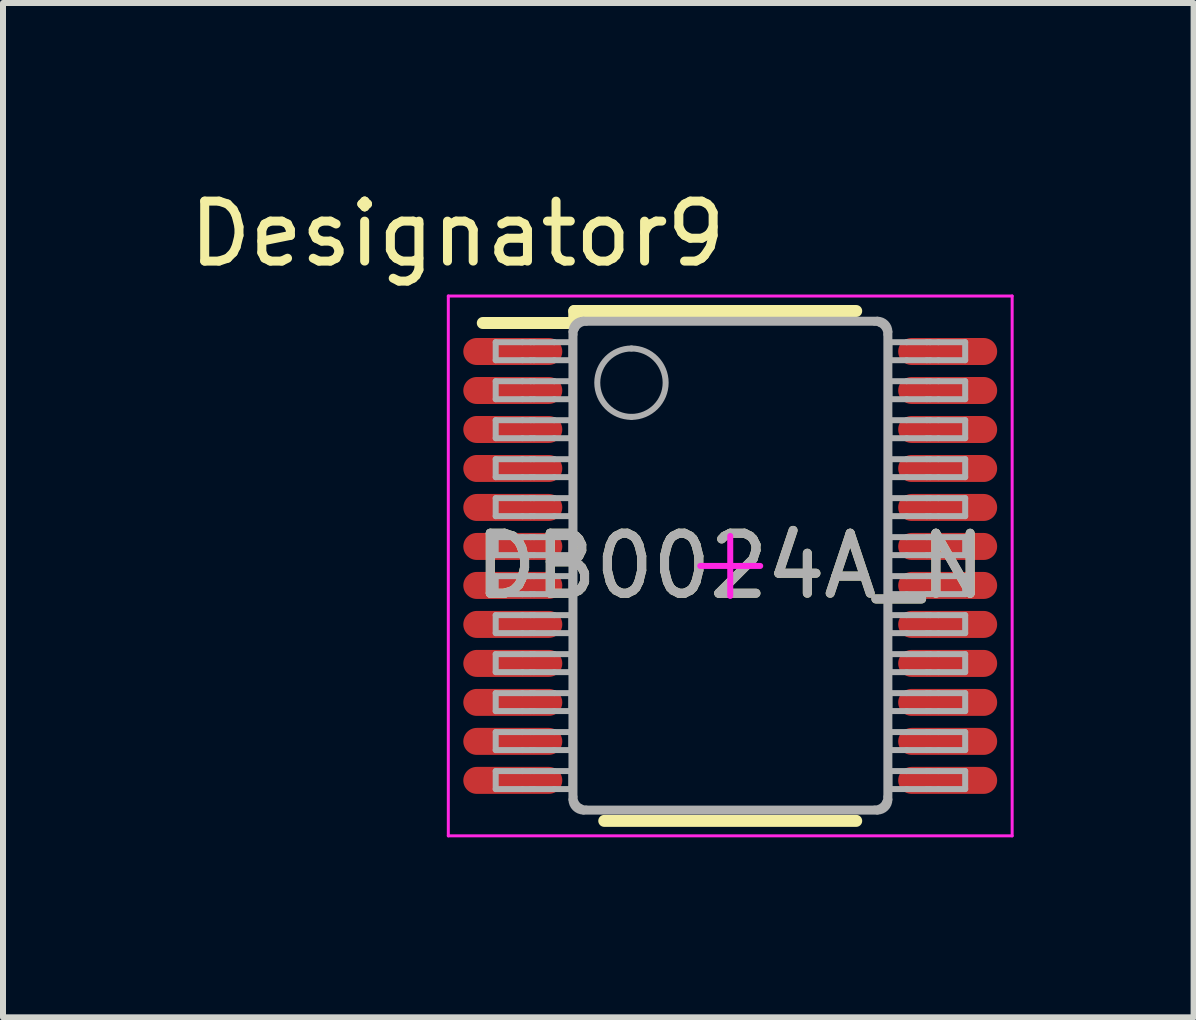
<source format=kicad_pcb>
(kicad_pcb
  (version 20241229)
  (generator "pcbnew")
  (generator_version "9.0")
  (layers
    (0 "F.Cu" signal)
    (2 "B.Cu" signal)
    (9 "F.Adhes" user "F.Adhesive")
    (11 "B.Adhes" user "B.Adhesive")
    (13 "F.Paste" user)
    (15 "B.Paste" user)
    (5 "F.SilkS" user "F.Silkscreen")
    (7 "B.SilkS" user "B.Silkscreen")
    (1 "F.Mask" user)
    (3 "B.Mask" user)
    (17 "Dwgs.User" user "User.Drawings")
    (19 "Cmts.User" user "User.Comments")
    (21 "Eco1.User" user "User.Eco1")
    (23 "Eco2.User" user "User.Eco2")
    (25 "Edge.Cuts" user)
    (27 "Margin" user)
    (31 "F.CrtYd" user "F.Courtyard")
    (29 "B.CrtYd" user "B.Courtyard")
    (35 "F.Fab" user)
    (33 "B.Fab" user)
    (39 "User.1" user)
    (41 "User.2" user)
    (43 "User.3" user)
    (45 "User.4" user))
  (footprint "DB0024A_N"
    (layer "F.Cu")
    (at 9.124 6.385)
    (property "Reference" "DB0024A_N" (at 0 0 0) (unlocked yes) (layer "F.SilkS") (effects (font (size 1 1) (thickness 0.15))))
    (attr smd)
    (fp_line (start -4.125 -4.05) (end -2.6 -4.05) (stroke (width 0.2) (type solid)) (layer "F.SilkS"))
    (fp_line (start -2.6 -4.25) (end -2.1 -4.25) (stroke (width 0.2) (type solid)) (layer "F.SilkS"))
    (fp_line (start -2.6 -4.05) (end -2.6 -4.25) (stroke (width 0.2) (type solid)) (layer "F.SilkS"))
    (fp_line (start -2.1 -4.25) (end 2.1 -4.25) (stroke (width 0.2) (type solid)) (layer "F.SilkS"))
    (fp_line (start -2.1 4.25) (end 2.1 4.25) (stroke (width 0.2) (type solid)) (layer "F.SilkS"))
    (fp_line (start -4.7 -4.5) (end 4.7 -4.5) (stroke (width 0.05) (type solid)) (layer "F.CrtYd"))
    (fp_line (start -4.7 4.5) (end -4.7 -4.5) (stroke (width 0.05) (type solid)) (layer "F.CrtYd"))
    (fp_line (start -4.7 4.5) (end 4.7 4.5) (stroke (width 0.05) (type solid)) (layer "F.CrtYd"))
    (fp_line (start -0.5 0) (end 0.5 0) (stroke (width 0.1) (type solid)) (layer "F.CrtYd"))
    (fp_line (start -0.000003 0.5) (end -0.000003 -0.5) (stroke (width 0.1) (type solid)) (layer "F.CrtYd"))
    (fp_line (start 4.7 4.5) (end 4.7 -4.5) (stroke (width 0.05) (type solid)) (layer "F.CrtYd"))
    (fp_line (start -3.91 -3.73) (end -3.464 -3.73) (stroke (width 0.1) (type solid)) (layer "F.Fab"))
    (fp_line (start -3.91 -3.43) (end -3.91 -3.73) (stroke (width 0.1) (type solid)) (layer "F.Fab"))
    (fp_line (start -3.91 -3.43) (end -3.464 -3.43) (stroke (width 0.1) (type solid)) (layer "F.Fab"))
    (fp_line (start -3.91 -3.08) (end -3.464 -3.08) (stroke (width 0.1) (type solid)) (layer "F.Fab"))
    (fp_line (start -3.91 -2.78) (end -3.91 -3.08) (stroke (width 0.1) (type solid)) (layer "F.Fab"))
    (fp_line (start -3.91 -2.78) (end -3.464 -2.78) (stroke (width 0.1) (type solid)) (layer "F.Fab"))
    (fp_line (start -3.91 -2.43) (end -3.464 -2.43) (stroke (width 0.1) (type solid)) (layer "F.Fab"))
    (fp_line (start -3.91 -2.13) (end -3.91 -2.43) (stroke (width 0.1) (type solid)) (layer "F.Fab"))
    (fp_line (start -3.91 -2.13) (end -3.464 -2.13) (stroke (width 0.1) (type solid)) (layer "F.Fab"))
    (fp_line (start -3.91 -1.78) (end -3.464 -1.78) (stroke (width 0.1) (type solid)) (layer "F.Fab"))
    (fp_line (start -3.91 -1.48) (end -3.91 -1.78) (stroke (width 0.1) (type solid)) (layer "F.Fab"))
    (fp_line (start -3.91 -1.48) (end -3.464 -1.48) (stroke (width 0.1) (type solid)) (layer "F.Fab"))
    (fp_line (start -3.91 -1.13) (end -3.464 -1.13) (stroke (width 0.1) (type solid)) (layer "F.Fab"))
    (fp_line (start -3.91 -0.83) (end -3.91 -1.13) (stroke (width 0.1) (type solid)) (layer "F.Fab"))
    (fp_line (start -3.91 -0.83) (end -3.464 -0.83) (stroke (width 0.1) (type solid)) (layer "F.Fab"))
    (fp_line (start -3.91 -0.48) (end -3.464 -0.48) (stroke (width 0.1) (type solid)) (layer "F.Fab"))
    (fp_line (start -3.91 -0.18) (end -3.91 -0.48) (stroke (width 0.1) (type solid)) (layer "F.Fab"))
    (fp_line (start -3.91 -0.18) (end -3.464 -0.18) (stroke (width 0.1) (type solid)) (layer "F.Fab"))
    (fp_line (start -3.91 0.17) (end -3.464 0.17) (stroke (width 0.1) (type solid)) (layer "F.Fab"))
    (fp_line (start -3.91 0.47) (end -3.91 0.17) (stroke (width 0.1) (type solid)) (layer "F.Fab"))
    (fp_line (start -3.91 0.47) (end -3.464 0.47) (stroke (width 0.1) (type solid)) (layer "F.Fab"))
    (fp_line (start -3.91 0.82) (end -3.464 0.82) (stroke (width 0.1) (type solid)) (layer "F.Fab"))
    (fp_line (start -3.91 1.12) (end -3.91 0.82) (stroke (width 0.1) (type solid)) (layer "F.Fab"))
    (fp_line (start -3.91 1.12) (end -3.464 1.12) (stroke (width 0.1) (type solid)) (layer "F.Fab"))
    (fp_line (start -3.91 1.47) (end -3.464 1.47) (stroke (width 0.1) (type solid)) (layer "F.Fab"))
    (fp_line (start -3.91 1.77) (end -3.91 1.47) (stroke (width 0.1) (type solid)) (layer "F.Fab"))
    (fp_line (start -3.91 1.77) (end -3.464 1.77) (stroke (width 0.1) (type solid)) (layer "F.Fab"))
    (fp_line (start -3.91 2.12) (end -3.464 2.12) (stroke (width 0.1) (type solid)) (layer "F.Fab"))
    (fp_line (start -3.91 2.42) (end -3.91 2.12) (stroke (width 0.1) (type solid)) (layer "F.Fab"))
    (fp_line (start -3.91 2.42) (end -3.464 2.42) (stroke (width 0.1) (type solid)) (layer "F.Fab"))
    (fp_line (start -3.91 2.77) (end -3.464 2.77) (stroke (width 0.1) (type solid)) (layer "F.Fab"))
    (fp_line (start -3.91 3.07) (end -3.91 2.77) (stroke (width 0.1) (type solid)) (layer "F.Fab"))
    (fp_line (start -3.91 3.07) (end -3.464 3.07) (stroke (width 0.1) (type solid)) (layer "F.Fab"))
    (fp_line (start -3.91 3.42) (end -3.464 3.42) (stroke (width 0.1) (type solid)) (layer "F.Fab"))
    (fp_line (start -3.91 3.72) (end -3.91 3.42) (stroke (width 0.1) (type solid)) (layer "F.Fab"))
    (fp_line (start -3.91 3.72) (end -3.464 3.72) (stroke (width 0.1) (type solid)) (layer "F.Fab"))
    (fp_line (start -3.464 -3.73) (end -3.326 -3.73) (stroke (width 0.1) (type solid)) (layer "F.Fab"))
    (fp_line (start -3.464 -3.43) (end -3.326 -3.43) (stroke (width 0.1) (type solid)) (layer "F.Fab"))
    (fp_line (start -3.464 -3.08) (end -3.326 -3.08) (stroke (width 0.1) (type solid)) (layer "F.Fab"))
    (fp_line (start -3.464 -2.78) (end -3.326 -2.78) (stroke (width 0.1) (type solid)) (layer "F.Fab"))
    (fp_line (start -3.464 -2.43) (end -3.326 -2.43) (stroke (width 0.1) (type solid)) (layer "F.Fab"))
    (fp_line (start -3.464 -2.13) (end -3.326 -2.13) (stroke (width 0.1) (type solid)) (layer "F.Fab"))
    (fp_line (start -3.464 -1.78) (end -3.326 -1.78) (stroke (width 0.1) (type solid)) (layer "F.Fab"))
    (fp_line (start -3.464 -1.48) (end -3.326 -1.48) (stroke (width 0.1) (type solid)) (layer "F.Fab"))
    (fp_line (start -3.464 -1.13) (end -3.326 -1.13) (stroke (width 0.1) (type solid)) (layer "F.Fab"))
    (fp_line (start -3.464 -0.83) (end -3.326 -0.83) (stroke (width 0.1) (type solid)) (layer "F.Fab"))
    (fp_line (start -3.464 -0.48) (end -3.326 -0.48) (stroke (width 0.1) (type solid)) (layer "F.Fab"))
    (fp_line (start -3.464 -0.18) (end -3.326 -0.18) (stroke (width 0.1) (type solid)) (layer "F.Fab"))
    (fp_line (start -3.464 0.17) (end -3.326 0.17) (stroke (width 0.1) (type solid)) (layer "F.Fab"))
    (fp_line (start -3.464 0.47) (end -3.326 0.47) (stroke (width 0.1) (type solid)) (layer "F.Fab"))
    (fp_line (start -3.464 0.82) (end -3.326 0.82) (stroke (width 0.1) (type solid)) (layer "F.Fab"))
    (fp_line (start -3.464 1.12) (end -3.326 1.12) (stroke (width 0.1) (type solid)) (layer "F.Fab"))
    (fp_line (start -3.464 1.47) (end -3.326 1.47) (stroke (width 0.1) (type solid)) (layer "F.Fab"))
    (fp_line (start -3.464 1.77) (end -3.326 1.77) (stroke (width 0.1) (type solid)) (layer "F.Fab"))
    (fp_line (start -3.464 2.12) (end -3.326 2.12) (stroke (width 0.1) (type solid)) (layer "F.Fab"))
    (fp_line (start -3.464 2.42) (end -3.326 2.42) (stroke (width 0.1) (type solid)) (layer "F.Fab"))
    (fp_line (start -3.464 2.77) (end -3.326 2.77) (stroke (width 0.1) (type solid)) (layer "F.Fab"))
    (fp_line (start -3.464 3.07) (end -3.326 3.07) (stroke (width 0.1) (type solid)) (layer "F.Fab"))
    (fp_line (start -3.464 3.42) (end -3.326 3.42) (stroke (width 0.1) (type solid)) (layer "F.Fab"))
    (fp_line (start -3.464 3.72) (end -3.326 3.72) (stroke (width 0.1) (type solid)) (layer "F.Fab"))
    (fp_line (start -3.326 -3.73) (end -3.272 -3.73) (stroke (width 0.1) (type solid)) (layer "F.Fab"))
    (fp_line (start -3.326 -3.43) (end -3.272 -3.43) (stroke (width 0.1) (type solid)) (layer "F.Fab"))
    (fp_line (start -3.326 -3.08) (end -3.272 -3.08) (stroke (width 0.1) (type solid)) (layer "F.Fab"))
    (fp_line (start -3.326 -2.78) (end -3.272 -2.78) (stroke (width 0.1) (type solid)) (layer "F.Fab"))
    (fp_line (start -3.326 -2.43) (end -3.272 -2.43) (stroke (width 0.1) (type solid)) (layer "F.Fab"))
    (fp_line (start -3.326 -2.13) (end -3.272 -2.13) (stroke (width 0.1) (type solid)) (layer "F.Fab"))
    (fp_line (start -3.326 -1.78) (end -3.272 -1.78) (stroke (width 0.1) (type solid)) (layer "F.Fab"))
    (fp_line (start -3.326 -1.48) (end -3.272 -1.48) (stroke (width 0.1) (type solid)) (layer "F.Fab"))
    (fp_line (start -3.326 -1.13) (end -3.272 -1.13) (stroke (width 0.1) (type solid)) (layer "F.Fab"))
    (fp_line (start -3.326 -0.83) (end -3.272 -0.83) (stroke (width 0.1) (type solid)) (layer "F.Fab"))
    (fp_line (start -3.326 -0.48) (end -3.272 -0.48) (stroke (width 0.1) (type solid)) (layer "F.Fab"))
    (fp_line (start -3.326 -0.18) (end -3.272 -0.18) (stroke (width 0.1) (type solid)) (layer "F.Fab"))
    (fp_line (start -3.326 0.17) (end -3.272 0.17) (stroke (width 0.1) (type solid)) (layer "F.Fab"))
    (fp_line (start -3.326 0.47) (end -3.272 0.47) (stroke (width 0.1) (type solid)) (layer "F.Fab"))
    (fp_line (start -3.326 0.82) (end -3.272 0.82) (stroke (width 0.1) (type solid)) (layer "F.Fab"))
    (fp_line (start -3.326 1.12) (end -3.272 1.12) (stroke (width 0.1) (type solid)) (layer "F.Fab"))
    (fp_line (start -3.326 1.47) (end -3.272 1.47) (stroke (width 0.1) (type solid)) (layer "F.Fab"))
    (fp_line (start -3.326 1.77) (end -3.272 1.77) (stroke (width 0.1) (type solid)) (layer "F.Fab"))
    (fp_line (start -3.326 2.12) (end -3.272 2.12) (stroke (width 0.1) (type solid)) (layer "F.Fab"))
    (fp_line (start -3.326 2.42) (end -3.272 2.42) (stroke (width 0.1) (type solid)) (layer "F.Fab"))
    (fp_line (start -3.326 2.77) (end -3.272 2.77) (stroke (width 0.1) (type solid)) (layer "F.Fab"))
    (fp_line (start -3.326 3.07) (end -3.272 3.07) (stroke (width 0.1) (type solid)) (layer "F.Fab"))
    (fp_line (start -3.326 3.42) (end -3.272 3.42) (stroke (width 0.1) (type solid)) (layer "F.Fab"))
    (fp_line (start -3.326 3.72) (end -3.272 3.72) (stroke (width 0.1) (type solid)) (layer "F.Fab"))
    (fp_line (start -3.272 -3.73) (end -2.934 -3.73) (stroke (width 0.1) (type solid)) (layer "F.Fab"))
    (fp_line (start -3.272 -3.43) (end -2.934 -3.43) (stroke (width 0.1) (type solid)) (layer "F.Fab"))
    (fp_line (start -3.272 -3.08) (end -2.934 -3.08) (stroke (width 0.1) (type solid)) (layer "F.Fab"))
    (fp_line (start -3.272 -2.78) (end -2.934 -2.78) (stroke (width 0.1) (type solid)) (layer "F.Fab"))
    (fp_line (start -3.272 -2.43) (end -2.934 -2.43) (stroke (width 0.1) (type solid)) (layer "F.Fab"))
    (fp_line (start -3.272 -2.13) (end -2.934 -2.13) (stroke (width 0.1) (type solid)) (layer "F.Fab"))
    (fp_line (start -3.272 -1.78) (end -2.934 -1.78) (stroke (width 0.1) (type solid)) (layer "F.Fab"))
    (fp_line (start -3.272 -1.48) (end -2.934 -1.48) (stroke (width 0.1) (type solid)) (layer "F.Fab"))
    (fp_line (start -3.272 -1.13) (end -2.934 -1.13) (stroke (width 0.1) (type solid)) (layer "F.Fab"))
    (fp_line (start -3.272 -0.83) (end -2.934 -0.83) (stroke (width 0.1) (type solid)) (layer "F.Fab"))
    (fp_line (start -3.272 -0.48) (end -2.934 -0.48) (stroke (width 0.1) (type solid)) (layer "F.Fab"))
    (fp_line (start -3.272 -0.18) (end -2.934 -0.18) (stroke (width 0.1) (type solid)) (layer "F.Fab"))
    (fp_line (start -3.272 0.17) (end -2.934 0.17) (stroke (width 0.1) (type solid)) (layer "F.Fab"))
    (fp_line (start -3.272 0.47) (end -2.934 0.47) (stroke (width 0.1) (type solid)) (layer "F.Fab"))
    (fp_line (start -3.272 0.82) (end -2.934 0.82) (stroke (width 0.1) (type solid)) (layer "F.Fab"))
    (fp_line (start -3.272 1.12) (end -2.934 1.12) (stroke (width 0.1) (type solid)) (layer "F.Fab"))
    (fp_line (start -3.272 1.47) (end -2.934 1.47) (stroke (width 0.1) (type solid)) (layer "F.Fab"))
    (fp_line (start -3.272 1.77) (end -2.934 1.77) (stroke (width 0.1) (type solid)) (layer "F.Fab"))
    (fp_line (start -3.272 2.12) (end -2.934 2.12) (stroke (width 0.1) (type solid)) (layer "F.Fab"))
    (fp_line (start -3.272 2.42) (end -2.934 2.42) (stroke (width 0.1) (type solid)) (layer "F.Fab"))
    (fp_line (start -3.272 2.77) (end -2.934 2.77) (stroke (width 0.1) (type solid)) (layer "F.Fab"))
    (fp_line (start -3.272 3.07) (end -2.934 3.07) (stroke (width 0.1) (type solid)) (layer "F.Fab"))
    (fp_line (start -3.272 3.42) (end -2.934 3.42) (stroke (width 0.1) (type solid)) (layer "F.Fab"))
    (fp_line (start -3.272 3.72) (end -2.934 3.72) (stroke (width 0.1) (type solid)) (layer "F.Fab"))
    (fp_line (start -2.934 -3.73) (end -2.647 -3.73) (stroke (width 0.1) (type solid)) (layer "F.Fab"))
    (fp_line (start -2.934 -3.43) (end -2.647 -3.43) (stroke (width 0.1) (type solid)) (layer "F.Fab"))
    (fp_line (start -2.934 -3.08) (end -2.647 -3.08) (stroke (width 0.1) (type solid)) (layer "F.Fab"))
    (fp_line (start -2.934 -2.78) (end -2.647 -2.78) (stroke (width 0.1) (type solid)) (layer "F.Fab"))
    (fp_line (start -2.934 -2.43) (end -2.647 -2.43) (stroke (width 0.1) (type solid)) (layer "F.Fab"))
    (fp_line (start -2.934 -2.13) (end -2.647 -2.13) (stroke (width 0.1) (type solid)) (layer "F.Fab"))
    (fp_line (start -2.934 -1.78) (end -2.647 -1.78) (stroke (width 0.1) (type solid)) (layer "F.Fab"))
    (fp_line (start -2.934 -1.48) (end -2.647 -1.48) (stroke (width 0.1) (type solid)) (layer "F.Fab"))
    (fp_line (start -2.934 -1.13) (end -2.647 -1.13) (stroke (width 0.1) (type solid)) (layer "F.Fab"))
    (fp_line (start -2.934 -0.83) (end -2.647 -0.83) (stroke (width 0.1) (type solid)) (layer "F.Fab"))
    (fp_line (start -2.934 -0.48) (end -2.647 -0.48) (stroke (width 0.1) (type solid)) (layer "F.Fab"))
    (fp_line (start -2.934 -0.18) (end -2.647 -0.18) (stroke (width 0.1) (type solid)) (layer "F.Fab"))
    (fp_line (start -2.934 0.17) (end -2.647 0.17) (stroke (width 0.1) (type solid)) (layer "F.Fab"))
    (fp_line (start -2.934 0.47) (end -2.647 0.47) (stroke (width 0.1) (type solid)) (layer "F.Fab"))
    (fp_line (start -2.934 0.82) (end -2.647 0.82) (stroke (width 0.1) (type solid)) (layer "F.Fab"))
    (fp_line (start -2.934 1.12) (end -2.647 1.12) (stroke (width 0.1) (type solid)) (layer "F.Fab"))
    (fp_line (start -2.934 1.47) (end -2.647 1.47) (stroke (width 0.1) (type solid)) (layer "F.Fab"))
    (fp_line (start -2.934 1.77) (end -2.647 1.77) (stroke (width 0.1) (type solid)) (layer "F.Fab"))
    (fp_line (start -2.934 2.12) (end -2.647 2.12) (stroke (width 0.1) (type solid)) (layer "F.Fab"))
    (fp_line (start -2.934 2.42) (end -2.647 2.42) (stroke (width 0.1) (type solid)) (layer "F.Fab"))
    (fp_line (start -2.934 2.77) (end -2.647 2.77) (stroke (width 0.1) (type solid)) (layer "F.Fab"))
    (fp_line (start -2.934 3.07) (end -2.647 3.07) (stroke (width 0.1) (type solid)) (layer "F.Fab"))
    (fp_line (start -2.934 3.42) (end -2.647 3.42) (stroke (width 0.1) (type solid)) (layer "F.Fab"))
    (fp_line (start -2.934 3.72) (end -2.647 3.72) (stroke (width 0.1) (type solid)) (layer "F.Fab"))
    (fp_line (start -2.647 -3.43) (end -2.647 -3.73) (stroke (width 0.1) (type solid)) (layer "F.Fab"))
    (fp_line (start -2.647 -2.78) (end -2.647 -3.08) (stroke (width 0.1) (type solid)) (layer "F.Fab"))
    (fp_line (start -2.647 -2.13) (end -2.647 -2.43) (stroke (width 0.1) (type solid)) (layer "F.Fab"))
    (fp_line (start -2.647 -1.48) (end -2.647 -1.78) (stroke (width 0.1) (type solid)) (layer "F.Fab"))
    (fp_line (start -2.647 -0.83) (end -2.647 -1.13) (stroke (width 0.1) (type solid)) (layer "F.Fab"))
    (fp_line (start -2.647 -0.18) (end -2.647 -0.48) (stroke (width 0.1) (type solid)) (layer "F.Fab"))
    (fp_line (start -2.647 0.47) (end -2.647 0.17) (stroke (width 0.1) (type solid)) (layer "F.Fab"))
    (fp_line (start -2.647 1.12) (end -2.647 0.82) (stroke (width 0.1) (type solid)) (layer "F.Fab"))
    (fp_line (start -2.647 1.77) (end -2.647 1.47) (stroke (width 0.1) (type solid)) (layer "F.Fab"))
    (fp_line (start -2.647 2.42) (end -2.647 2.12) (stroke (width 0.1) (type solid)) (layer "F.Fab"))
    (fp_line (start -2.647 3.07) (end -2.647 2.77) (stroke (width 0.1) (type solid)) (layer "F.Fab"))
    (fp_line (start -2.647 3.72) (end -2.647 3.42) (stroke (width 0.1) (type solid)) (layer "F.Fab"))
    (fp_line (start -2.647 3.895) (end -2.647 -3.905) (stroke (width 0.1) (type solid)) (layer "F.Fab"))
    (fp_line (start -2.597 3.849) (end -2.597 -3.859) (stroke (width 0.1) (type solid)) (layer "F.Fab"))
    (fp_line (start -2.447 -4.105) (end 2.453 -4.105) (stroke (width 0.1) (type solid)) (layer "F.Fab"))
    (fp_line (start -2.447 4.095) (end 2.453 4.095) (stroke (width 0.1) (type solid)) (layer "F.Fab"))
    (fp_line (start -2.401 -4.055) (end 2.408 -4.055) (stroke (width 0.1) (type solid)) (layer "F.Fab"))
    (fp_line (start -2.401 4.045) (end 2.408 4.045) (stroke (width 0.1) (type solid)) (layer "F.Fab"))
    (fp_line (start 2.603 3.849) (end 2.603 -3.859) (stroke (width 0.1) (type solid)) (layer "F.Fab"))
    (fp_line (start 2.653 -3.73) (end 2.941 -3.73) (stroke (width 0.1) (type solid)) (layer "F.Fab"))
    (fp_line (start 2.653 -3.43) (end 2.653 -3.73) (stroke (width 0.1) (type solid)) (layer "F.Fab"))
    (fp_line (start 2.653 -3.43) (end 2.941 -3.43) (stroke (width 0.1) (type solid)) (layer "F.Fab"))
    (fp_line (start 2.653 -3.08) (end 2.941 -3.08) (stroke (width 0.1) (type solid)) (layer "F.Fab"))
    (fp_line (start 2.653 -2.78) (end 2.653 -3.08) (stroke (width 0.1) (type solid)) (layer "F.Fab"))
    (fp_line (start 2.653 -2.78) (end 2.941 -2.78) (stroke (width 0.1) (type solid)) (layer "F.Fab"))
    (fp_line (start 2.653 -2.43) (end 2.941 -2.43) (stroke (width 0.1) (type solid)) (layer "F.Fab"))
    (fp_line (start 2.653 -2.13) (end 2.653 -2.43) (stroke (width 0.1) (type solid)) (layer "F.Fab"))
    (fp_line (start 2.653 -2.13) (end 2.941 -2.13) (stroke (width 0.1) (type solid)) (layer "F.Fab"))
    (fp_line (start 2.653 -1.78) (end 2.941 -1.78) (stroke (width 0.1) (type solid)) (layer "F.Fab"))
    (fp_line (start 2.653 -1.48) (end 2.653 -1.78) (stroke (width 0.1) (type solid)) (layer "F.Fab"))
    (fp_line (start 2.653 -1.48) (end 2.941 -1.48) (stroke (width 0.1) (type solid)) (layer "F.Fab"))
    (fp_line (start 2.653 -1.13) (end 2.941 -1.13) (stroke (width 0.1) (type solid)) (layer "F.Fab"))
    (fp_line (start 2.653 -0.83) (end 2.653 -1.13) (stroke (width 0.1) (type solid)) (layer "F.Fab"))
    (fp_line (start 2.653 -0.83) (end 2.941 -0.83) (stroke (width 0.1) (type solid)) (layer "F.Fab"))
    (fp_line (start 2.653 -0.48) (end 2.941 -0.48) (stroke (width 0.1) (type solid)) (layer "F.Fab"))
    (fp_line (start 2.653 -0.18) (end 2.653 -0.48) (stroke (width 0.1) (type solid)) (layer "F.Fab"))
    (fp_line (start 2.653 -0.18) (end 2.941 -0.18) (stroke (width 0.1) (type solid)) (layer "F.Fab"))
    (fp_line (start 2.653 0.17) (end 2.941 0.17) (stroke (width 0.1) (type solid)) (layer "F.Fab"))
    (fp_line (start 2.653 0.47) (end 2.653 0.17) (stroke (width 0.1) (type solid)) (layer "F.Fab"))
    (fp_line (start 2.653 0.47) (end 2.941 0.47) (stroke (width 0.1) (type solid)) (layer "F.Fab"))
    (fp_line (start 2.653 0.82) (end 2.941 0.82) (stroke (width 0.1) (type solid)) (layer "F.Fab"))
    (fp_line (start 2.653 1.12) (end 2.653 0.82) (stroke (width 0.1) (type solid)) (layer "F.Fab"))
    (fp_line (start 2.653 1.12) (end 2.941 1.12) (stroke (width 0.1) (type solid)) (layer "F.Fab"))
    (fp_line (start 2.653 1.47) (end 2.941 1.47) (stroke (width 0.1) (type solid)) (layer "F.Fab"))
    (fp_line (start 2.653 1.77) (end 2.653 1.47) (stroke (width 0.1) (type solid)) (layer "F.Fab"))
    (fp_line (start 2.653 1.77) (end 2.941 1.77) (stroke (width 0.1) (type solid)) (layer "F.Fab"))
    (fp_line (start 2.653 2.12) (end 2.941 2.12) (stroke (width 0.1) (type solid)) (layer "F.Fab"))
    (fp_line (start 2.653 2.42) (end 2.653 2.12) (stroke (width 0.1) (type solid)) (layer "F.Fab"))
    (fp_line (start 2.653 2.42) (end 2.941 2.42) (stroke (width 0.1) (type solid)) (layer "F.Fab"))
    (fp_line (start 2.653 2.77) (end 2.941 2.77) (stroke (width 0.1) (type solid)) (layer "F.Fab"))
    (fp_line (start 2.653 3.07) (end 2.653 2.77) (stroke (width 0.1) (type solid)) (layer "F.Fab"))
    (fp_line (start 2.653 3.07) (end 2.941 3.07) (stroke (width 0.1) (type solid)) (layer "F.Fab"))
    (fp_line (start 2.653 3.42) (end 2.941 3.42) (stroke (width 0.1) (type solid)) (layer "F.Fab"))
    (fp_line (start 2.653 3.72) (end 2.653 3.42) (stroke (width 0.1) (type solid)) (layer "F.Fab"))
    (fp_line (start 2.653 3.72) (end 2.941 3.72) (stroke (width 0.1) (type solid)) (layer "F.Fab"))
    (fp_line (start 2.653 3.895) (end 2.653 -3.905) (stroke (width 0.1) (type solid)) (layer "F.Fab"))
    (fp_line (start 2.941 -3.73) (end 3.278 -3.73) (stroke (width 0.1) (type solid)) (layer "F.Fab"))
    (fp_line (start 2.941 -3.43) (end 3.278 -3.43) (stroke (width 0.1) (type solid)) (layer "F.Fab"))
    (fp_line (start 2.941 -3.08) (end 3.278 -3.08) (stroke (width 0.1) (type solid)) (layer "F.Fab"))
    (fp_line (start 2.941 -2.78) (end 3.278 -2.78) (stroke (width 0.1) (type solid)) (layer "F.Fab"))
    (fp_line (start 2.941 -2.43) (end 3.278 -2.43) (stroke (width 0.1) (type solid)) (layer "F.Fab"))
    (fp_line (start 2.941 -2.13) (end 3.278 -2.13) (stroke (width 0.1) (type solid)) (layer "F.Fab"))
    (fp_line (start 2.941 -1.78) (end 3.278 -1.78) (stroke (width 0.1) (type solid)) (layer "F.Fab"))
    (fp_line (start 2.941 -1.48) (end 3.278 -1.48) (stroke (width 0.1) (type solid)) (layer "F.Fab"))
    (fp_line (start 2.941 -1.13) (end 3.278 -1.13) (stroke (width 0.1) (type solid)) (layer "F.Fab"))
    (fp_line (start 2.941 -0.83) (end 3.278 -0.83) (stroke (width 0.1) (type solid)) (layer "F.Fab"))
    (fp_line (start 2.941 -0.48) (end 3.278 -0.48) (stroke (width 0.1) (type solid)) (layer "F.Fab"))
    (fp_line (start 2.941 -0.18) (end 3.278 -0.18) (stroke (width 0.1) (type solid)) (layer "F.Fab"))
    (fp_line (start 2.941 0.17) (end 3.278 0.17) (stroke (width 0.1) (type solid)) (layer "F.Fab"))
    (fp_line (start 2.941 0.47) (end 3.278 0.47) (stroke (width 0.1) (type solid)) (layer "F.Fab"))
    (fp_line (start 2.941 0.82) (end 3.278 0.82) (stroke (width 0.1) (type solid)) (layer "F.Fab"))
    (fp_line (start 2.941 1.12) (end 3.278 1.12) (stroke (width 0.1) (type solid)) (layer "F.Fab"))
    (fp_line (start 2.941 1.47) (end 3.278 1.47) (stroke (width 0.1) (type solid)) (layer "F.Fab"))
    (fp_line (start 2.941 1.77) (end 3.278 1.77) (stroke (width 0.1) (type solid)) (layer "F.Fab"))
    (fp_line (start 2.941 2.12) (end 3.278 2.12) (stroke (width 0.1) (type solid)) (layer "F.Fab"))
    (fp_line (start 2.941 2.42) (end 3.278 2.42) (stroke (width 0.1) (type solid)) (layer "F.Fab"))
    (fp_line (start 2.941 2.77) (end 3.278 2.77) (stroke (width 0.1) (type solid)) (layer "F.Fab"))
    (fp_line (start 2.941 3.07) (end 3.278 3.07) (stroke (width 0.1) (type solid)) (layer "F.Fab"))
    (fp_line (start 2.941 3.42) (end 3.278 3.42) (stroke (width 0.1) (type solid)) (layer "F.Fab"))
    (fp_line (start 2.941 3.72) (end 3.278 3.72) (stroke (width 0.1) (type solid)) (layer "F.Fab"))
    (fp_line (start 3.278 -3.73) (end 3.332 -3.73) (stroke (width 0.1) (type solid)) (layer "F.Fab"))
    (fp_line (start 3.278 -3.43) (end 3.332 -3.43) (stroke (width 0.1) (type solid)) (layer "F.Fab"))
    (fp_line (start 3.278 -3.08) (end 3.332 -3.08) (stroke (width 0.1) (type solid)) (layer "F.Fab"))
    (fp_line (start 3.278 -2.78) (end 3.332 -2.78) (stroke (width 0.1) (type solid)) (layer "F.Fab"))
    (fp_line (start 3.278 -2.43) (end 3.332 -2.43) (stroke (width 0.1) (type solid)) (layer "F.Fab"))
    (fp_line (start 3.278 -2.13) (end 3.332 -2.13) (stroke (width 0.1) (type solid)) (layer "F.Fab"))
    (fp_line (start 3.278 -1.78) (end 3.332 -1.78) (stroke (width 0.1) (type solid)) (layer "F.Fab"))
    (fp_line (start 3.278 -1.48) (end 3.332 -1.48) (stroke (width 0.1) (type solid)) (layer "F.Fab"))
    (fp_line (start 3.278 -1.13) (end 3.332 -1.13) (stroke (width 0.1) (type solid)) (layer "F.Fab"))
    (fp_line (start 3.278 -0.83) (end 3.332 -0.83) (stroke (width 0.1) (type solid)) (layer "F.Fab"))
    (fp_line (start 3.278 -0.48) (end 3.332 -0.48) (stroke (width 0.1) (type solid)) (layer "F.Fab"))
    (fp_line (start 3.278 -0.18) (end 3.332 -0.18) (stroke (width 0.1) (type solid)) (layer "F.Fab"))
    (fp_line (start 3.278 0.17) (end 3.332 0.17) (stroke (width 0.1) (type solid)) (layer "F.Fab"))
    (fp_line (start 3.278 0.47) (end 3.332 0.47) (stroke (width 0.1) (type solid)) (layer "F.Fab"))
    (fp_line (start 3.278 0.82) (end 3.332 0.82) (stroke (width 0.1) (type solid)) (layer "F.Fab"))
    (fp_line (start 3.278 1.12) (end 3.332 1.12) (stroke (width 0.1) (type solid)) (layer "F.Fab"))
    (fp_line (start 3.278 1.47) (end 3.332 1.47) (stroke (width 0.1) (type solid)) (layer "F.Fab"))
    (fp_line (start 3.278 1.77) (end 3.332 1.77) (stroke (width 0.1) (type solid)) (layer "F.Fab"))
    (fp_line (start 3.278 2.12) (end 3.332 2.12) (stroke (width 0.1) (type solid)) (layer "F.Fab"))
    (fp_line (start 3.278 2.42) (end 3.332 2.42) (stroke (width 0.1) (type solid)) (layer "F.Fab"))
    (fp_line (start 3.278 2.77) (end 3.332 2.77) (stroke (width 0.1) (type solid)) (layer "F.Fab"))
    (fp_line (start 3.278 3.07) (end 3.332 3.07) (stroke (width 0.1) (type solid)) (layer "F.Fab"))
    (fp_line (start 3.278 3.42) (end 3.332 3.42) (stroke (width 0.1) (type solid)) (layer "F.Fab"))
    (fp_line (start 3.278 3.72) (end 3.332 3.72) (stroke (width 0.1) (type solid)) (layer "F.Fab"))
    (fp_line (start 3.332 -3.73) (end 3.471 -3.73) (stroke (width 0.1) (type solid)) (layer "F.Fab"))
    (fp_line (start 3.332 -3.43) (end 3.471 -3.43) (stroke (width 0.1) (type solid)) (layer "F.Fab"))
    (fp_line (start 3.332 -3.08) (end 3.471 -3.08) (stroke (width 0.1) (type solid)) (layer "F.Fab"))
    (fp_line (start 3.332 -2.78) (end 3.471 -2.78) (stroke (width 0.1) (type solid)) (layer "F.Fab"))
    (fp_line (start 3.332 -2.43) (end 3.471 -2.43) (stroke (width 0.1) (type solid)) (layer "F.Fab"))
    (fp_line (start 3.332 -2.13) (end 3.471 -2.13) (stroke (width 0.1) (type solid)) (layer "F.Fab"))
    (fp_line (start 3.332 -1.78) (end 3.471 -1.78) (stroke (width 0.1) (type solid)) (layer "F.Fab"))
    (fp_line (start 3.332 -1.48) (end 3.471 -1.48) (stroke (width 0.1) (type solid)) (layer "F.Fab"))
    (fp_line (start 3.332 -1.13) (end 3.471 -1.13) (stroke (width 0.1) (type solid)) (layer "F.Fab"))
    (fp_line (start 3.332 -0.83) (end 3.471 -0.83) (stroke (width 0.1) (type solid)) (layer "F.Fab"))
    (fp_line (start 3.332 -0.48) (end 3.471 -0.48) (stroke (width 0.1) (type solid)) (layer "F.Fab"))
    (fp_line (start 3.332 -0.18) (end 3.471 -0.18) (stroke (width 0.1) (type solid)) (layer "F.Fab"))
    (fp_line (start 3.332 0.17) (end 3.471 0.17) (stroke (width 0.1) (type solid)) (layer "F.Fab"))
    (fp_line (start 3.332 0.47) (end 3.471 0.47) (stroke (width 0.1) (type solid)) (layer "F.Fab"))
    (fp_line (start 3.332 0.82) (end 3.471 0.82) (stroke (width 0.1) (type solid)) (layer "F.Fab"))
    (fp_line (start 3.332 1.12) (end 3.471 1.12) (stroke (width 0.1) (type solid)) (layer "F.Fab"))
    (fp_line (start 3.332 1.47) (end 3.471 1.47) (stroke (width 0.1) (type solid)) (layer "F.Fab"))
    (fp_line (start 3.332 1.77) (end 3.471 1.77) (stroke (width 0.1) (type solid)) (layer "F.Fab"))
    (fp_line (start 3.332 2.12) (end 3.471 2.12) (stroke (width 0.1) (type solid)) (layer "F.Fab"))
    (fp_line (start 3.332 2.42) (end 3.471 2.42) (stroke (width 0.1) (type solid)) (layer "F.Fab"))
    (fp_line (start 3.332 2.77) (end 3.471 2.77) (stroke (width 0.1) (type solid)) (layer "F.Fab"))
    (fp_line (start 3.332 3.07) (end 3.471 3.07) (stroke (width 0.1) (type solid)) (layer "F.Fab"))
    (fp_line (start 3.332 3.42) (end 3.471 3.42) (stroke (width 0.1) (type solid)) (layer "F.Fab"))
    (fp_line (start 3.332 3.72) (end 3.471 3.72) (stroke (width 0.1) (type solid)) (layer "F.Fab"))
    (fp_line (start 3.471 -3.73) (end 3.917 -3.73) (stroke (width 0.1) (type solid)) (layer "F.Fab"))
    (fp_line (start 3.471 -3.43) (end 3.917 -3.43) (stroke (width 0.1) (type solid)) (layer "F.Fab"))
    (fp_line (start 3.471 -3.08) (end 3.917 -3.08) (stroke (width 0.1) (type solid)) (layer "F.Fab"))
    (fp_line (start 3.471 -2.78) (end 3.917 -2.78) (stroke (width 0.1) (type solid)) (layer "F.Fab"))
    (fp_line (start 3.471 -2.43) (end 3.917 -2.43) (stroke (width 0.1) (type solid)) (layer "F.Fab"))
    (fp_line (start 3.471 -2.13) (end 3.917 -2.13) (stroke (width 0.1) (type solid)) (layer "F.Fab"))
    (fp_line (start 3.471 -1.78) (end 3.917 -1.78) (stroke (width 0.1) (type solid)) (layer "F.Fab"))
    (fp_line (start 3.471 -1.48) (end 3.917 -1.48) (stroke (width 0.1) (type solid)) (layer "F.Fab"))
    (fp_line (start 3.471 -1.13) (end 3.917 -1.13) (stroke (width 0.1) (type solid)) (layer "F.Fab"))
    (fp_line (start 3.471 -0.83) (end 3.917 -0.83) (stroke (width 0.1) (type solid)) (layer "F.Fab"))
    (fp_line (start 3.471 -0.48) (end 3.917 -0.48) (stroke (width 0.1) (type solid)) (layer "F.Fab"))
    (fp_line (start 3.471 -0.18) (end 3.917 -0.18) (stroke (width 0.1) (type solid)) (layer "F.Fab"))
    (fp_line (start 3.471 0.17) (end 3.917 0.17) (stroke (width 0.1) (type solid)) (layer "F.Fab"))
    (fp_line (start 3.471 0.47) (end 3.917 0.47) (stroke (width 0.1) (type solid)) (layer "F.Fab"))
    (fp_line (start 3.471 0.82) (end 3.917 0.82) (stroke (width 0.1) (type solid)) (layer "F.Fab"))
    (fp_line (start 3.471 1.12) (end 3.917 1.12) (stroke (width 0.1) (type solid)) (layer "F.Fab"))
    (fp_line (start 3.471 1.47) (end 3.917 1.47) (stroke (width 0.1) (type solid)) (layer "F.Fab"))
    (fp_line (start 3.471 1.77) (end 3.917 1.77) (stroke (width 0.1) (type solid)) (layer "F.Fab"))
    (fp_line (start 3.471 2.12) (end 3.917 2.12) (stroke (width 0.1) (type solid)) (layer "F.Fab"))
    (fp_line (start 3.471 2.42) (end 3.917 2.42) (stroke (width 0.1) (type solid)) (layer "F.Fab"))
    (fp_line (start 3.471 2.77) (end 3.917 2.77) (stroke (width 0.1) (type solid)) (layer "F.Fab"))
    (fp_line (start 3.471 3.07) (end 3.917 3.07) (stroke (width 0.1) (type solid)) (layer "F.Fab"))
    (fp_line (start 3.471 3.42) (end 3.917 3.42) (stroke (width 0.1) (type solid)) (layer "F.Fab"))
    (fp_line (start 3.471 3.72) (end 3.917 3.72) (stroke (width 0.1) (type solid)) (layer "F.Fab"))
    (fp_line (start 3.917 -3.43) (end 3.917 -3.73) (stroke (width 0.1) (type solid)) (layer "F.Fab"))
    (fp_line (start 3.917 -2.78) (end 3.917 -3.08) (stroke (width 0.1) (type solid)) (layer "F.Fab"))
    (fp_line (start 3.917 -2.13) (end 3.917 -2.43) (stroke (width 0.1) (type solid)) (layer "F.Fab"))
    (fp_line (start 3.917 -1.48) (end 3.917 -1.78) (stroke (width 0.1) (type solid)) (layer "F.Fab"))
    (fp_line (start 3.917 -0.83) (end 3.917 -1.13) (stroke (width 0.1) (type solid)) (layer "F.Fab"))
    (fp_line (start 3.917 -0.18) (end 3.917 -0.48) (stroke (width 0.1) (type solid)) (layer "F.Fab"))
    (fp_line (start 3.917 0.47) (end 3.917 0.17) (stroke (width 0.1) (type solid)) (layer "F.Fab"))
    (fp_line (start 3.917 1.12) (end 3.917 0.82) (stroke (width 0.1) (type solid)) (layer "F.Fab"))
    (fp_line (start 3.917 1.77) (end 3.917 1.47) (stroke (width 0.1) (type solid)) (layer "F.Fab"))
    (fp_line (start 3.917 2.42) (end 3.917 2.12) (stroke (width 0.1) (type solid)) (layer "F.Fab"))
    (fp_line (start 3.917 3.07) (end 3.917 2.77) (stroke (width 0.1) (type solid)) (layer "F.Fab"))
    (fp_line (start 3.917 3.72) (end 3.917 3.42) (stroke (width 0.1) (type solid)) (layer "F.Fab"))
    (fp_arc (start -2.646746 -3.905001) (mid -2.588168 -4.046422) (end -2.446746 -4.105001) (stroke (width 0.1) (type solid)) (layer "F.Fab"))
    (fp_arc (start -2.596746 -3.859369) (mid -2.591434 -3.905402) (end -2.575603 -3.948952) (stroke (width 0.1) (type solid)) (layer "F.Fab"))
    (fp_arc (start -2.575602 -3.948953) (mid -2.503469 -4.026837) (end -2.401117 -4.055) (stroke (width 0.1) (type solid)) (layer "F.Fab"))
    (fp_arc (start -2.491219 4.023591) (mid -2.568735 3.951473) (end -2.596746 3.849369) (stroke (width 0.1) (type solid)) (layer "F.Fab"))
    (fp_arc (start -2.446746 4.094998) (mid -2.588168 4.03642) (end -2.646746 3.894999) (stroke (width 0.1) (type solid)) (layer "F.Fab"))
    (fp_arc (start -2.401119 4.045) (mid -2.447434 4.039619) (end -2.49122 4.023592) (stroke (width 0.1) (type solid)) (layer "F.Fab"))
    (fp_arc (start -1.646748 -3.624999) (mid -1.076749 -3.055) (end -1.646748 -2.485001) (stroke (width 0.1) (type solid)) (layer "F.Fab"))
    (fp_arc (start -1.646748 -2.485001) (mid -2.216747 -3.055) (end -1.646748 -3.624999) (stroke (width 0.1) (type solid)) (layer "F.Fab"))
    (fp_arc (start 2.407622 -4.055) (mid 2.453797 -4.049653) (end 2.497466 -4.033724) (stroke (width 0.1) (type solid)) (layer "F.Fab"))
    (fp_arc (start 2.453254 -4.105001) (mid 2.594675 -4.046422) (end 2.653254 -3.905001) (stroke (width 0.1) (type solid)) (layer "F.Fab"))
    (fp_arc (start 2.497468 -4.033726) (mid 2.575168 -3.9616) (end 2.603256 -3.859371) (stroke (width 0.1) (type solid)) (layer "F.Fab"))
    (fp_arc (start 2.581845 3.939473) (mid 2.509726 4.016988) (end 2.407623 4.045) (stroke (width 0.1) (type solid)) (layer "F.Fab"))
    (fp_arc (start 2.603253 3.84937) (mid 2.597872 3.895685) (end 2.581845 3.939472) (stroke (width 0.1) (type solid)) (layer "F.Fab"))
    (fp_arc (start 2.653254 3.894999) (mid 2.594675 4.03642) (end 2.453254 4.094998) (stroke (width 0.1) (type solid)) (layer "F.Fab"))
    (fp_text user "Designator9" (at -4.547 -5.537 0) (unlocked yes) (layer "F.SilkS") (effects (font (size 1 1) (thickness 0.15))))
    (fp_text user "${REFERENCE}" (at 0 0 0) (unlocked yes) (layer "F.Fab") (effects (font (size 1 1) (thickness 0.15))))
    (pad "1" smd oval (at -3.625 -3.575 90) (size 0.45 1.65) (layers "F.Cu" "F.Mask" "F.Paste"))
    (pad "2" smd oval (at -3.625 -2.925 90) (size 0.45 1.65) (layers "F.Cu" "F.Mask" "F.Paste"))
    (pad "3" smd oval (at -3.625 -2.275 90) (size 0.45 1.65) (layers "F.Cu" "F.Mask" "F.Paste"))
    (pad "4" smd oval (at -3.625 -1.625 90) (size 0.45 1.65) (layers "F.Cu" "F.Mask" "F.Paste"))
    (pad "5" smd oval (at -3.625 -0.975 90) (size 0.45 1.65) (layers "F.Cu" "F.Mask" "F.Paste"))
    (pad "6" smd oval (at -3.625 -0.325 90) (size 0.45 1.65) (layers "F.Cu" "F.Mask" "F.Paste"))
    (pad "7" smd oval (at -3.625 0.325 90) (size 0.45 1.65) (layers "F.Cu" "F.Mask" "F.Paste"))
    (pad "8" smd oval (at -3.625 0.975 90) (size 0.45 1.65) (layers "F.Cu" "F.Mask" "F.Paste"))
    (pad "9" smd oval (at -3.625 1.625 90) (size 0.45 1.65) (layers "F.Cu" "F.Mask" "F.Paste"))
    (pad "10" smd oval (at -3.625 2.275 90) (size 0.45 1.65) (layers "F.Cu" "F.Mask" "F.Paste"))
    (pad "11" smd oval (at -3.625 2.925 90) (size 0.45 1.65) (layers "F.Cu" "F.Mask" "F.Paste"))
    (pad "12" smd oval (at -3.625 3.575 90) (size 0.45 1.65) (layers "F.Cu" "F.Mask" "F.Paste"))
    (pad "13" smd oval (at 3.625 3.575 90) (size 0.45 1.65) (layers "F.Cu" "F.Mask" "F.Paste"))
    (pad "14" smd oval (at 3.625 2.925 90) (size 0.45 1.65) (layers "F.Cu" "F.Mask" "F.Paste"))
    (pad "15" smd oval (at 3.625 2.275 90) (size 0.45 1.65) (layers "F.Cu" "F.Mask" "F.Paste"))
    (pad "16" smd oval (at 3.625 1.625 90) (size 0.45 1.65) (layers "F.Cu" "F.Mask" "F.Paste"))
    (pad "17" smd oval (at 3.625 0.975 90) (size 0.45 1.65) (layers "F.Cu" "F.Mask" "F.Paste"))
    (pad "18" smd oval (at 3.625 0.325 90) (size 0.45 1.65) (layers "F.Cu" "F.Mask" "F.Paste"))
    (pad "19" smd oval (at 3.625 -0.325 90) (size 0.45 1.65) (layers "F.Cu" "F.Mask" "F.Paste"))
    (pad "20" smd oval (at 3.625 -0.975 90) (size 0.45 1.65) (layers "F.Cu" "F.Mask" "F.Paste"))
    (pad "21" smd oval (at 3.625 -1.625 90) (size 0.45 1.65) (layers "F.Cu" "F.Mask" "F.Paste"))
    (pad "22" smd oval (at 3.625 -2.275 90) (size 0.45 1.65) (layers "F.Cu" "F.Mask" "F.Paste"))
    (pad "23" smd oval (at 3.625 -2.925 90) (size 0.45 1.65) (layers "F.Cu" "F.Mask" "F.Paste"))
    (pad "24" smd oval (at 3.625 -3.575 90) (size 0.45 1.65) (layers "F.Cu" "F.Mask" "F.Paste")))
  (gr_rect
    (start -3 -3)
    (end 16.849 13.91)
    (stroke (width 0.1) (type default))
    (fill no)
    (layer "Edge.Cuts")))
</source>
